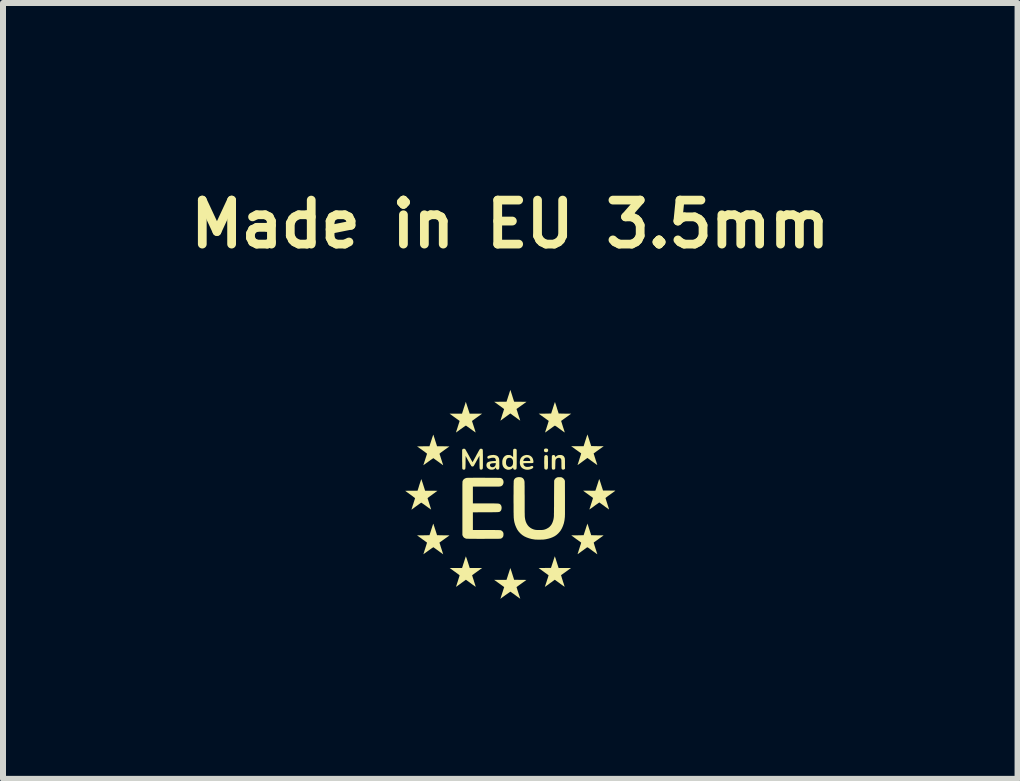
<source format=kicad_pcb>
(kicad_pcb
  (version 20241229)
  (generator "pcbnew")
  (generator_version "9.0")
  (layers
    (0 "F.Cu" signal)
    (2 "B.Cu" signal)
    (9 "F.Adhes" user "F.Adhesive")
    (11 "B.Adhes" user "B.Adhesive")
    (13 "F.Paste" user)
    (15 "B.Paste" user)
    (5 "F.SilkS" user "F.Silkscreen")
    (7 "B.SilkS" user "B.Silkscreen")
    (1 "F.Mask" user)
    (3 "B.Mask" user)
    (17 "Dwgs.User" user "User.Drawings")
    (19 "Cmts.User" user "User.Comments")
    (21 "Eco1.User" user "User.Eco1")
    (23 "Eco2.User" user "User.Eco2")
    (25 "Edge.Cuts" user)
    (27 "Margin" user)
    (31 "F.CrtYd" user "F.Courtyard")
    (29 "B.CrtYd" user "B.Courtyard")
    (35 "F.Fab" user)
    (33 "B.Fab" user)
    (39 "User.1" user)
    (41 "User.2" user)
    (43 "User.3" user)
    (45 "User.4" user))
  (footprint "Made in EU 3.5mm"
    (layer "F.Cu")
    (at 5.451 5.185)
    (property "Reference" "Made in EU 3.5mm" (at 0 -4.5 180) (layer "F.SilkS") (effects (font (size 0.733 0.733) (thickness 0.146))))
    (attr board_only exclude_from_pos_files exclude_from_bom)
    (fp_poly (pts (xy 0.608 -0.762) (xy 0.619 -0.759) (xy 0.626 -0.752) (xy 0.63 -0.742) (xy 0.631 -0.733) (xy 0.629 -0.72) (xy 0.622 -0.71) (xy 0.615 -0.704) (xy 0.606 -0.702) (xy 0.595 -0.701) (xy 0.583 -0.703) (xy 0.576 -0.705) (xy 0.568 -0.711) (xy 0.563 -0.72) (xy 0.561 -0.731) (xy 0.562 -0.742) (xy 0.566 -0.752) (xy 0.569 -0.756) (xy 0.575 -0.759) (xy 0.582 -0.762) (xy 0.592 -0.763)) (stroke (width 0) (type solid)) (fill yes) (layer "F.SilkS"))
    (fp_poly (pts (xy 0.609 -0.652) (xy 0.618 -0.646) (xy 0.624 -0.636) (xy 0.625 -0.63) (xy 0.626 -0.625) (xy 0.626 -0.615) (xy 0.627 -0.601) (xy 0.627 -0.585) (xy 0.627 -0.566) (xy 0.628 -0.546) (xy 0.628 -0.526) (xy 0.628 -0.506) (xy 0.628 -0.487) (xy 0.627 -0.47) (xy 0.627 -0.456) (xy 0.627 -0.445) (xy 0.626 -0.439) (xy 0.622 -0.426) (xy 0.617 -0.419) (xy 0.612 -0.414) (xy 0.606 -0.412) (xy 0.598 -0.412) (xy 0.597 -0.412) (xy 0.586 -0.413) (xy 0.578 -0.417) (xy 0.577 -0.417) (xy 0.572 -0.423) (xy 0.568 -0.431) (xy 0.568 -0.432) (xy 0.567 -0.437) (xy 0.567 -0.447) (xy 0.566 -0.46) (xy 0.566 -0.477) (xy 0.566 -0.495) (xy 0.565 -0.515) (xy 0.565 -0.536) (xy 0.565 -0.556) (xy 0.566 -0.576) (xy 0.566 -0.594) (xy 0.566 -0.609) (xy 0.567 -0.622) (xy 0.567 -0.63) (xy 0.568 -0.634) (xy 0.573 -0.644) (xy 0.582 -0.651) (xy 0.594 -0.654) (xy 0.597 -0.654)) (stroke (width 0) (type solid)) (fill yes) (layer "F.SilkS"))
    (fp_poly (pts (xy 1.286 -0.995) (xy 1.287 -0.995) (xy 1.288 -0.992) (xy 1.29 -0.984) (xy 1.294 -0.973) (xy 1.299 -0.958) (xy 1.304 -0.94) (xy 1.311 -0.921) (xy 1.317 -0.9) (xy 1.318 -0.897) (xy 1.348 -0.804) (xy 1.452 -0.802) (xy 1.556 -0.801) (xy 1.472 -0.741) (xy 1.454 -0.728) (xy 1.437 -0.716) (xy 1.422 -0.705) (xy 1.409 -0.695) (xy 1.399 -0.688) (xy 1.392 -0.683) (xy 1.389 -0.68) (xy 1.389 -0.68) (xy 1.389 -0.677) (xy 1.392 -0.67) (xy 1.395 -0.659) (xy 1.4 -0.645) (xy 1.405 -0.628) (xy 1.411 -0.609) (xy 1.418 -0.588) (xy 1.419 -0.584) (xy 1.426 -0.562) (xy 1.433 -0.543) (xy 1.438 -0.525) (xy 1.443 -0.511) (xy 1.446 -0.499) (xy 1.449 -0.491) (xy 1.45 -0.488) (xy 1.45 -0.488) (xy 1.447 -0.489) (xy 1.441 -0.493) (xy 1.432 -0.499) (xy 1.42 -0.508) (xy 1.406 -0.518) (xy 1.389 -0.53) (xy 1.372 -0.543) (xy 1.367 -0.546) (xy 1.285 -0.606) (xy 1.207 -0.549) (xy 1.186 -0.533) (xy 1.168 -0.52) (xy 1.154 -0.51) (xy 1.143 -0.502) (xy 1.134 -0.496) (xy 1.128 -0.492) (xy 1.124 -0.49) (xy 1.122 -0.489) (xy 1.121 -0.489) (xy 1.121 -0.49) (xy 1.121 -0.491) (xy 1.121 -0.491) (xy 1.13 -0.517) (xy 1.138 -0.542) (xy 1.146 -0.567) (xy 1.153 -0.591) (xy 1.16 -0.612) (xy 1.166 -0.632) (xy 1.172 -0.649) (xy 1.176 -0.664) (xy 1.179 -0.674) (xy 1.18 -0.68) (xy 1.18 -0.682) (xy 1.178 -0.684) (xy 1.172 -0.689) (xy 1.162 -0.696) (xy 1.15 -0.704) (xy 1.135 -0.715) (xy 1.118 -0.727) (xy 1.1 -0.74) (xy 1.097 -0.742) (xy 1.015 -0.801) (xy 1.118 -0.802) (xy 1.222 -0.802) (xy 1.244 -0.872) (xy 1.253 -0.901) (xy 1.261 -0.924) (xy 1.267 -0.944) (xy 1.272 -0.96) (xy 1.277 -0.972) (xy 1.28 -0.982) (xy 1.282 -0.988) (xy 1.284 -0.993) (xy 1.285 -0.995) (xy 1.286 -0.996)) (stroke (width 0) (type solid)) (fill yes) (layer "F.SilkS"))
    (fp_poly (pts (xy 0.003 1.233) (xy 0.006 1.241) (xy 0.009 1.252) (xy 0.014 1.267) (xy 0.02 1.284) (xy 0.026 1.304) (xy 0.033 1.325) (xy 0.034 1.329) (xy 0.064 1.424) (xy 0.167 1.425) (xy 0.269 1.426) (xy 0.193 1.481) (xy 0.175 1.494) (xy 0.158 1.506) (xy 0.143 1.517) (xy 0.13 1.526) (xy 0.12 1.534) (xy 0.113 1.539) (xy 0.11 1.541) (xy 0.104 1.546) (xy 0.134 1.64) (xy 0.141 1.661) (xy 0.147 1.681) (xy 0.153 1.698) (xy 0.158 1.713) (xy 0.162 1.725) (xy 0.164 1.733) (xy 0.166 1.737) (xy 0.166 1.737) (xy 0.166 1.74) (xy 0.164 1.738) (xy 0.16 1.736) (xy 0.153 1.73) (xy 0.143 1.723) (xy 0.13 1.714) (xy 0.116 1.704) (xy 0.101 1.693) (xy 0.085 1.681) (xy 0.069 1.669) (xy 0.054 1.658) (xy 0.039 1.648) (xy 0.026 1.639) (xy 0.016 1.631) (xy 0.008 1.626) (xy 0.004 1.623) (xy 0.004 1.622) (xy 0.001 1.623) (xy -0.005 1.627) (xy -0.014 1.633) (xy -0.026 1.641) (xy -0.04 1.651) (xy -0.056 1.662) (xy -0.072 1.673) (xy -0.089 1.685) (xy -0.105 1.697) (xy -0.121 1.708) (xy -0.136 1.719) (xy -0.149 1.729) (xy -0.159 1.737) (xy -0.161 1.739) (xy -0.164 1.74) (xy -0.164 1.738) (xy -0.164 1.738) (xy -0.163 1.734) (xy -0.16 1.726) (xy -0.156 1.715) (xy -0.152 1.701) (xy -0.147 1.685) (xy -0.141 1.667) (xy -0.135 1.648) (xy -0.129 1.63) (xy -0.123 1.612) (xy -0.118 1.595) (xy -0.113 1.58) (xy -0.109 1.568) (xy -0.107 1.56) (xy -0.105 1.556) (xy -0.102 1.545) (xy -0.185 1.485) (xy -0.269 1.425) (xy -0.166 1.425) (xy -0.063 1.425) (xy -0.044 1.367) (xy -0.038 1.347) (xy -0.031 1.326) (xy -0.024 1.305) (xy -0.018 1.286) (xy -0.013 1.27) (xy -0.012 1.268) (xy -0.008 1.254) (xy -0.004 1.243) (xy -0.001 1.235) (xy 0.001 1.23) (xy 0.002 1.23)) (stroke (width 0) (type solid)) (fill yes) (layer "F.SilkS"))
    (fp_poly (pts (xy -0.719 -1.474) (xy -0.713 -1.455) (xy -0.706 -1.435) (xy -0.7 -1.415) (xy -0.694 -1.398) (xy -0.69 -1.384) (xy -0.687 -1.376) (xy -0.677 -1.344) (xy -0.574 -1.344) (xy -0.47 -1.343) (xy -0.544 -1.29) (xy -0.562 -1.277) (xy -0.579 -1.265) (xy -0.594 -1.254) (xy -0.607 -1.244) (xy -0.618 -1.237) (xy -0.625 -1.231) (xy -0.628 -1.229) (xy -0.638 -1.222) (xy -0.607 -1.126) (xy -0.6 -1.105) (xy -0.594 -1.085) (xy -0.588 -1.068) (xy -0.584 -1.053) (xy -0.58 -1.041) (xy -0.578 -1.033) (xy -0.577 -1.03) (xy -0.577 -1.03) (xy -0.579 -1.031) (xy -0.585 -1.035) (xy -0.594 -1.041) (xy -0.606 -1.05) (xy -0.621 -1.06) (xy -0.637 -1.072) (xy -0.654 -1.085) (xy -0.657 -1.086) (xy -0.674 -1.099) (xy -0.691 -1.112) (xy -0.706 -1.122) (xy -0.719 -1.131) (xy -0.729 -1.139) (xy -0.736 -1.143) (xy -0.739 -1.145) (xy -0.739 -1.145) (xy -0.742 -1.144) (xy -0.748 -1.14) (xy -0.758 -1.134) (xy -0.77 -1.125) (xy -0.785 -1.115) (xy -0.801 -1.103) (xy -0.819 -1.09) (xy -0.823 -1.088) (xy -0.841 -1.075) (xy -0.857 -1.063) (xy -0.872 -1.052) (xy -0.885 -1.043) (xy -0.895 -1.036) (xy -0.901 -1.031) (xy -0.904 -1.029) (xy -0.905 -1.029) (xy -0.904 -1.031) (xy -0.902 -1.038) (xy -0.899 -1.049) (xy -0.895 -1.063) (xy -0.889 -1.08) (xy -0.883 -1.099) (xy -0.876 -1.12) (xy -0.875 -1.125) (xy -0.868 -1.146) (xy -0.862 -1.166) (xy -0.856 -1.183) (xy -0.851 -1.198) (xy -0.848 -1.21) (xy -0.845 -1.218) (xy -0.844 -1.222) (xy -0.844 -1.222) (xy -0.846 -1.224) (xy -0.852 -1.228) (xy -0.861 -1.235) (xy -0.873 -1.244) (xy -0.888 -1.254) (xy -0.904 -1.266) (xy -0.922 -1.279) (xy -0.928 -1.283) (xy -1.011 -1.343) (xy -0.907 -1.344) (xy -0.804 -1.344) (xy -0.779 -1.422) (xy -0.773 -1.442) (xy -0.766 -1.462) (xy -0.76 -1.48) (xy -0.755 -1.496) (xy -0.751 -1.509) (xy -0.748 -1.518) (xy -0.748 -1.52) (xy -0.741 -1.541)) (stroke (width 0) (type solid)) (fill yes) (layer "F.SilkS"))
    (fp_poly (pts (xy -0.739 1.036) (xy -0.737 1.042) (xy -0.733 1.052) (xy -0.728 1.066) (xy -0.722 1.083) (xy -0.716 1.102) (xy -0.709 1.123) (xy -0.707 1.129) (xy -0.676 1.227) (xy -0.573 1.228) (xy -0.47 1.228) (xy -0.553 1.288) (xy -0.571 1.301) (xy -0.588 1.313) (xy -0.603 1.324) (xy -0.616 1.334) (xy -0.626 1.341) (xy -0.632 1.346) (xy -0.635 1.349) (xy -0.636 1.349) (xy -0.635 1.352) (xy -0.633 1.359) (xy -0.629 1.37) (xy -0.625 1.385) (xy -0.619 1.402) (xy -0.613 1.421) (xy -0.606 1.442) (xy -0.606 1.445) (xy -0.599 1.466) (xy -0.593 1.485) (xy -0.587 1.502) (xy -0.583 1.517) (xy -0.579 1.529) (xy -0.577 1.536) (xy -0.576 1.54) (xy -0.576 1.54) (xy -0.579 1.539) (xy -0.584 1.536) (xy -0.592 1.531) (xy -0.599 1.525) (xy -0.607 1.519) (xy -0.619 1.511) (xy -0.633 1.501) (xy -0.649 1.489) (xy -0.665 1.477) (xy -0.68 1.466) (xy -0.739 1.423) (xy -0.811 1.475) (xy -0.828 1.488) (xy -0.845 1.5) (xy -0.86 1.511) (xy -0.873 1.52) (xy -0.883 1.528) (xy -0.89 1.533) (xy -0.893 1.535) (xy -0.9 1.539) (xy -0.903 1.541) (xy -0.903 1.54) (xy -0.903 1.537) (xy -0.901 1.533) (xy -0.899 1.525) (xy -0.895 1.513) (xy -0.89 1.498) (xy -0.885 1.48) (xy -0.878 1.46) (xy -0.872 1.441) (xy -0.866 1.421) (xy -0.86 1.401) (xy -0.854 1.384) (xy -0.85 1.37) (xy -0.847 1.359) (xy -0.845 1.352) (xy -0.845 1.349) (xy -0.847 1.347) (xy -0.853 1.342) (xy -0.863 1.334) (xy -0.875 1.325) (xy -0.889 1.315) (xy -0.906 1.302) (xy -0.924 1.289) (xy -0.928 1.287) (xy -1.009 1.228) (xy -0.906 1.228) (xy -0.803 1.227) (xy -0.798 1.211) (xy -0.792 1.194) (xy -0.787 1.176) (xy -0.781 1.157) (xy -0.774 1.137) (xy -0.768 1.117) (xy -0.762 1.098) (xy -0.756 1.08) (xy -0.751 1.064) (xy -0.746 1.051) (xy -0.743 1.041) (xy -0.741 1.035) (xy -0.74 1.034)) (stroke (width 0) (type solid)) (fill yes) (layer "F.SilkS"))
    (fp_poly (pts (xy 0.291 -0.655) (xy 0.312 -0.651) (xy 0.332 -0.642) (xy 0.349 -0.63) (xy 0.363 -0.615) (xy 0.371 -0.602) (xy 0.378 -0.586) (xy 0.383 -0.567) (xy 0.385 -0.549) (xy 0.386 -0.543) (xy 0.385 -0.537) (xy 0.385 -0.532) (xy 0.384 -0.528) (xy 0.381 -0.525) (xy 0.376 -0.523) (xy 0.369 -0.521) (xy 0.359 -0.52) (xy 0.345 -0.52) (xy 0.328 -0.519) (xy 0.306 -0.519) (xy 0.295 -0.519) (xy 0.273 -0.519) (xy 0.254 -0.519) (xy 0.24 -0.518) (xy 0.23 -0.518) (xy 0.223 -0.517) (xy 0.219 -0.515) (xy 0.217 -0.513) (xy 0.217 -0.51) (xy 0.218 -0.506) (xy 0.219 -0.501) (xy 0.22 -0.499) (xy 0.226 -0.485) (xy 0.234 -0.475) (xy 0.245 -0.466) (xy 0.248 -0.465) (xy 0.255 -0.461) (xy 0.26 -0.459) (xy 0.267 -0.458) (xy 0.275 -0.457) (xy 0.287 -0.457) (xy 0.29 -0.457) (xy 0.304 -0.458) (xy 0.314 -0.458) (xy 0.321 -0.46) (xy 0.329 -0.462) (xy 0.336 -0.465) (xy 0.349 -0.47) (xy 0.359 -0.473) (xy 0.367 -0.473) (xy 0.372 -0.471) (xy 0.376 -0.468) (xy 0.382 -0.46) (xy 0.383 -0.451) (xy 0.38 -0.443) (xy 0.373 -0.435) (xy 0.363 -0.428) (xy 0.35 -0.422) (xy 0.335 -0.417) (xy 0.319 -0.413) (xy 0.301 -0.41) (xy 0.283 -0.409) (xy 0.264 -0.411) (xy 0.251 -0.413) (xy 0.227 -0.421) (xy 0.206 -0.432) (xy 0.188 -0.447) (xy 0.175 -0.465) (xy 0.165 -0.487) (xy 0.16 -0.512) (xy 0.159 -0.533) (xy 0.16 -0.555) (xy 0.216 -0.555) (xy 0.275 -0.555) (xy 0.333 -0.555) (xy 0.333 -0.563) (xy 0.332 -0.571) (xy 0.329 -0.58) (xy 0.327 -0.585) (xy 0.318 -0.599) (xy 0.306 -0.608) (xy 0.291 -0.613) (xy 0.286 -0.614) (xy 0.267 -0.613) (xy 0.251 -0.608) (xy 0.237 -0.599) (xy 0.226 -0.585) (xy 0.219 -0.568) (xy 0.218 -0.563) (xy 0.216 -0.555) (xy 0.16 -0.555) (xy 0.161 -0.56) (xy 0.167 -0.584) (xy 0.177 -0.605) (xy 0.191 -0.622) (xy 0.21 -0.637) (xy 0.223 -0.644) (xy 0.246 -0.652) (xy 0.268 -0.656)) (stroke (width 0) (type solid)) (fill yes) (layer "F.SilkS"))
    (fp_poly (pts (xy 0.742 1.034) (xy 0.744 1.036) (xy 0.745 1.041) (xy 0.747 1.048) (xy 0.751 1.058) (xy 0.755 1.07) (xy 0.76 1.086) (xy 0.766 1.106) (xy 0.774 1.13) (xy 0.783 1.159) (xy 0.785 1.165) (xy 0.805 1.227) (xy 0.908 1.228) (xy 1.011 1.228) (xy 0.93 1.287) (xy 0.912 1.3) (xy 0.895 1.312) (xy 0.88 1.323) (xy 0.867 1.332) (xy 0.857 1.339) (xy 0.85 1.344) (xy 0.847 1.347) (xy 0.846 1.347) (xy 0.847 1.35) (xy 0.848 1.357) (xy 0.852 1.368) (xy 0.856 1.382) (xy 0.861 1.399) (xy 0.867 1.418) (xy 0.874 1.439) (xy 0.875 1.444) (xy 0.882 1.466) (xy 0.889 1.485) (xy 0.894 1.503) (xy 0.899 1.518) (xy 0.902 1.53) (xy 0.905 1.538) (xy 0.906 1.541) (xy 0.906 1.541) (xy 0.904 1.54) (xy 0.898 1.536) (xy 0.888 1.529) (xy 0.876 1.521) (xy 0.862 1.51) (xy 0.845 1.499) (xy 0.828 1.486) (xy 0.823 1.482) (xy 0.742 1.423) (xy 0.728 1.433) (xy 0.711 1.445) (xy 0.693 1.459) (xy 0.674 1.472) (xy 0.656 1.485) (xy 0.639 1.498) (xy 0.623 1.51) (xy 0.608 1.52) (xy 0.596 1.529) (xy 0.586 1.536) (xy 0.58 1.54) (xy 0.577 1.542) (xy 0.577 1.542) (xy 0.576 1.541) (xy 0.577 1.54) (xy 0.578 1.537) (xy 0.58 1.53) (xy 0.583 1.52) (xy 0.588 1.506) (xy 0.593 1.49) (xy 0.599 1.472) (xy 0.605 1.454) (xy 0.611 1.435) (xy 0.617 1.416) (xy 0.623 1.399) (xy 0.628 1.383) (xy 0.632 1.369) (xy 0.635 1.359) (xy 0.637 1.352) (xy 0.638 1.349) (xy 0.638 1.349) (xy 0.636 1.347) (xy 0.63 1.343) (xy 0.621 1.336) (xy 0.609 1.327) (xy 0.595 1.317) (xy 0.578 1.305) (xy 0.56 1.292) (xy 0.555 1.288) (xy 0.472 1.228) (xy 0.575 1.227) (xy 0.678 1.226) (xy 0.71 1.129) (xy 0.717 1.107) (xy 0.723 1.088) (xy 0.729 1.07) (xy 0.734 1.055) (xy 0.738 1.044) (xy 0.74 1.036) (xy 0.742 1.033) (xy 0.742 1.033)) (stroke (width 0) (type solid)) (fill yes) (layer "F.SilkS"))
    (fp_poly (pts (xy 0.003 -1.736) (xy 0.005 -1.728) (xy 0.009 -1.717) (xy 0.013 -1.703) (xy 0.019 -1.685) (xy 0.025 -1.666) (xy 0.032 -1.645) (xy 0.033 -1.64) (xy 0.064 -1.543) (xy 0.167 -1.542) (xy 0.27 -1.541) (xy 0.187 -1.481) (xy 0.169 -1.468) (xy 0.152 -1.456) (xy 0.137 -1.445) (xy 0.124 -1.436) (xy 0.114 -1.429) (xy 0.107 -1.424) (xy 0.104 -1.421) (xy 0.104 -1.421) (xy 0.105 -1.418) (xy 0.107 -1.411) (xy 0.11 -1.401) (xy 0.115 -1.387) (xy 0.12 -1.372) (xy 0.125 -1.354) (xy 0.131 -1.336) (xy 0.137 -1.317) (xy 0.143 -1.298) (xy 0.149 -1.281) (xy 0.154 -1.265) (xy 0.159 -1.251) (xy 0.162 -1.24) (xy 0.164 -1.234) (xy 0.165 -1.232) (xy 0.166 -1.23) (xy 0.166 -1.229) (xy 0.165 -1.229) (xy 0.163 -1.23) (xy 0.159 -1.232) (xy 0.153 -1.236) (xy 0.144 -1.242) (xy 0.133 -1.251) (xy 0.118 -1.261) (xy 0.1 -1.275) (xy 0.089 -1.283) (xy 0.071 -1.296) (xy 0.055 -1.307) (xy 0.04 -1.318) (xy 0.028 -1.327) (xy 0.018 -1.335) (xy 0.011 -1.339) (xy 0.009 -1.341) (xy 0.001 -1.347) (xy -0.069 -1.296) (xy -0.087 -1.283) (xy -0.103 -1.271) (xy -0.119 -1.26) (xy -0.132 -1.25) (xy -0.142 -1.242) (xy -0.15 -1.237) (xy -0.152 -1.235) (xy -0.159 -1.23) (xy -0.163 -1.228) (xy -0.164 -1.229) (xy -0.163 -1.232) (xy -0.163 -1.232) (xy -0.162 -1.236) (xy -0.159 -1.244) (xy -0.155 -1.256) (xy -0.151 -1.27) (xy -0.145 -1.286) (xy -0.14 -1.304) (xy -0.134 -1.323) (xy -0.128 -1.342) (xy -0.122 -1.36) (xy -0.116 -1.377) (xy -0.112 -1.392) (xy -0.108 -1.404) (xy -0.105 -1.413) (xy -0.103 -1.418) (xy -0.103 -1.419) (xy -0.105 -1.421) (xy -0.11 -1.426) (xy -0.119 -1.433) (xy -0.131 -1.442) (xy -0.146 -1.453) (xy -0.162 -1.465) (xy -0.18 -1.478) (xy -0.185 -1.481) (xy -0.268 -1.541) (xy -0.165 -1.542) (xy -0.063 -1.542) (xy -0.044 -1.6) (xy -0.038 -1.62) (xy -0.031 -1.641) (xy -0.024 -1.662) (xy -0.018 -1.681) (xy -0.013 -1.698) (xy -0.012 -1.7) (xy -0.008 -1.713) (xy -0.004 -1.725) (xy -0.001 -1.733) (xy 0.001 -1.738) (xy 0.002 -1.739)) (stroke (width 0) (type solid)) (fill yes) (layer "F.SilkS"))
    (fp_poly (pts (xy 1.286 0.49) (xy 1.288 0.497) (xy 1.292 0.508) (xy 1.297 0.521) (xy 1.302 0.538) (xy 1.308 0.557) (xy 1.315 0.578) (xy 1.317 0.584) (xy 1.348 0.681) (xy 1.452 0.683) (xy 1.556 0.684) (xy 1.475 0.742) (xy 1.456 0.756) (xy 1.439 0.768) (xy 1.424 0.779) (xy 1.411 0.788) (xy 1.401 0.795) (xy 1.394 0.8) (xy 1.391 0.803) (xy 1.39 0.803) (xy 1.391 0.806) (xy 1.392 0.813) (xy 1.395 0.824) (xy 1.4 0.839) (xy 1.405 0.858) (xy 1.412 0.879) (xy 1.419 0.902) (xy 1.426 0.923) (xy 1.433 0.943) (xy 1.438 0.961) (xy 1.443 0.976) (xy 1.447 0.987) (xy 1.449 0.995) (xy 1.45 0.999) (xy 1.45 0.999) (xy 1.448 0.998) (xy 1.442 0.994) (xy 1.433 0.987) (xy 1.421 0.978) (xy 1.407 0.968) (xy 1.39 0.956) (xy 1.372 0.943) (xy 1.368 0.94) (xy 1.347 0.924) (xy 1.33 0.912) (xy 1.316 0.902) (xy 1.306 0.895) (xy 1.298 0.889) (xy 1.291 0.886) (xy 1.287 0.883) (xy 1.284 0.883) (xy 1.282 0.883) (xy 1.281 0.883) (xy 1.277 0.885) (xy 1.27 0.89) (xy 1.26 0.898) (xy 1.247 0.907) (xy 1.232 0.918) (xy 1.216 0.93) (xy 1.199 0.942) (xy 1.181 0.955) (xy 1.165 0.967) (xy 1.151 0.977) (xy 1.139 0.986) (xy 1.13 0.992) (xy 1.124 0.996) (xy 1.121 0.997) (xy 1.122 0.995) (xy 1.124 0.988) (xy 1.127 0.977) (xy 1.132 0.963) (xy 1.137 0.946) (xy 1.143 0.926) (xy 1.15 0.905) (xy 1.151 0.901) (xy 1.158 0.88) (xy 1.164 0.86) (xy 1.17 0.843) (xy 1.175 0.828) (xy 1.178 0.816) (xy 1.18 0.808) (xy 1.181 0.805) (xy 1.181 0.805) (xy 1.179 0.803) (xy 1.173 0.798) (xy 1.165 0.792) (xy 1.154 0.784) (xy 1.15 0.781) (xy 1.138 0.773) (xy 1.124 0.762) (xy 1.107 0.751) (xy 1.09 0.738) (xy 1.073 0.726) (xy 1.067 0.721) (xy 1.015 0.684) (xy 1.119 0.683) (xy 1.222 0.681) (xy 1.253 0.585) (xy 1.26 0.564) (xy 1.266 0.544) (xy 1.272 0.527) (xy 1.277 0.512) (xy 1.281 0.5) (xy 1.283 0.492) (xy 1.285 0.488) (xy 1.285 0.488)) (stroke (width 0) (type solid)) (fill yes) (layer "F.SilkS"))
    (fp_poly (pts (xy -1.282 0.49) (xy -1.281 0.493) (xy -1.278 0.501) (xy -1.275 0.512) (xy -1.27 0.527) (xy -1.264 0.544) (xy -1.258 0.564) (xy -1.251 0.585) (xy -1.25 0.587) (xy -1.22 0.681) (xy -1.116 0.683) (xy -1.012 0.684) (xy -1.096 0.744) (xy -1.114 0.757) (xy -1.131 0.769) (xy -1.146 0.78) (xy -1.159 0.789) (xy -1.169 0.796) (xy -1.176 0.801) (xy -1.179 0.804) (xy -1.18 0.804) (xy -1.179 0.806) (xy -1.177 0.813) (xy -1.174 0.824) (xy -1.169 0.838) (xy -1.164 0.855) (xy -1.158 0.875) (xy -1.151 0.896) (xy -1.149 0.902) (xy -1.142 0.923) (xy -1.136 0.943) (xy -1.13 0.96) (xy -1.126 0.975) (xy -1.122 0.987) (xy -1.119 0.995) (xy -1.118 0.999) (xy -1.118 0.999) (xy -1.12 0.998) (xy -1.126 0.994) (xy -1.135 0.987) (xy -1.147 0.978) (xy -1.162 0.968) (xy -1.178 0.956) (xy -1.196 0.943) (xy -1.198 0.941) (xy -1.216 0.928) (xy -1.233 0.916) (xy -1.248 0.905) (xy -1.261 0.896) (xy -1.271 0.888) (xy -1.278 0.884) (xy -1.281 0.881) (xy -1.281 0.881) (xy -1.284 0.883) (xy -1.29 0.887) (xy -1.3 0.893) (xy -1.312 0.901) (xy -1.327 0.912) (xy -1.344 0.924) (xy -1.362 0.937) (xy -1.366 0.94) (xy -1.384 0.953) (xy -1.401 0.965) (xy -1.416 0.976) (xy -1.429 0.985) (xy -1.439 0.992) (xy -1.445 0.997) (xy -1.448 0.999) (xy -1.448 0.999) (xy -1.448 0.997) (xy -1.445 0.99) (xy -1.442 0.979) (xy -1.437 0.965) (xy -1.432 0.948) (xy -1.426 0.928) (xy -1.419 0.907) (xy -1.417 0.902) (xy -1.411 0.881) (xy -1.404 0.861) (xy -1.399 0.844) (xy -1.394 0.828) (xy -1.391 0.817) (xy -1.388 0.808) (xy -1.387 0.805) (xy -1.388 0.804) (xy -1.39 0.803) (xy -1.396 0.798) (xy -1.405 0.791) (xy -1.418 0.782) (xy -1.432 0.771) (xy -1.449 0.759) (xy -1.467 0.747) (xy -1.471 0.743) (xy -1.554 0.684) (xy -1.45 0.683) (xy -1.346 0.681) (xy -1.325 0.617) (xy -1.319 0.598) (xy -1.313 0.577) (xy -1.306 0.558) (xy -1.301 0.54) (xy -1.296 0.526) (xy -1.294 0.52) (xy -1.29 0.508) (xy -1.287 0.498) (xy -1.284 0.492) (xy -1.282 0.49)) (stroke (width 0) (type solid)) (fill yes) (layer "F.SilkS"))
    (fp_poly (pts (xy 0.746 -1.534) (xy 0.748 -1.526) (xy 0.752 -1.514) (xy 0.757 -1.5) (xy 0.763 -1.482) (xy 0.769 -1.463) (xy 0.776 -1.442) (xy 0.776 -1.439) (xy 0.806 -1.346) (xy 0.91 -1.344) (xy 1.014 -1.343) (xy 0.931 -1.283) (xy 0.913 -1.27) (xy 0.896 -1.258) (xy 0.881 -1.247) (xy 0.868 -1.238) (xy 0.858 -1.23) (xy 0.851 -1.226) (xy 0.847 -1.223) (xy 0.847 -1.223) (xy 0.848 -1.22) (xy 0.85 -1.214) (xy 0.853 -1.203) (xy 0.858 -1.189) (xy 0.863 -1.172) (xy 0.869 -1.152) (xy 0.876 -1.131) (xy 0.877 -1.126) (xy 0.884 -1.105) (xy 0.891 -1.085) (xy 0.896 -1.068) (xy 0.901 -1.053) (xy 0.904 -1.041) (xy 0.907 -1.033) (xy 0.908 -1.03) (xy 0.908 -1.029) (xy 0.905 -1.031) (xy 0.9 -1.035) (xy 0.89 -1.041) (xy 0.878 -1.05) (xy 0.864 -1.06) (xy 0.848 -1.072) (xy 0.83 -1.085) (xy 0.827 -1.087) (xy 0.809 -1.1) (xy 0.793 -1.112) (xy 0.778 -1.123) (xy 0.765 -1.132) (xy 0.754 -1.138) (xy 0.747 -1.143) (xy 0.744 -1.145) (xy 0.744 -1.145) (xy 0.741 -1.143) (xy 0.734 -1.139) (xy 0.725 -1.133) (xy 0.712 -1.124) (xy 0.697 -1.113) (xy 0.681 -1.101) (xy 0.663 -1.088) (xy 0.661 -1.087) (xy 0.643 -1.074) (xy 0.626 -1.062) (xy 0.612 -1.051) (xy 0.599 -1.042) (xy 0.589 -1.035) (xy 0.583 -1.031) (xy 0.58 -1.029) (xy 0.58 -1.029) (xy 0.58 -1.031) (xy 0.581 -1.036) (xy 0.585 -1.047) (xy 0.589 -1.061) (xy 0.594 -1.077) (xy 0.6 -1.094) (xy 0.606 -1.113) (xy 0.612 -1.132) (xy 0.618 -1.151) (xy 0.624 -1.169) (xy 0.629 -1.186) (xy 0.633 -1.2) (xy 0.637 -1.211) (xy 0.639 -1.219) (xy 0.64 -1.223) (xy 0.64 -1.223) (xy 0.638 -1.225) (xy 0.632 -1.229) (xy 0.623 -1.236) (xy 0.611 -1.244) (xy 0.596 -1.255) (xy 0.58 -1.267) (xy 0.562 -1.28) (xy 0.557 -1.283) (xy 0.474 -1.343) (xy 0.577 -1.344) (xy 0.681 -1.346) (xy 0.699 -1.403) (xy 0.706 -1.422) (xy 0.712 -1.443) (xy 0.719 -1.464) (xy 0.725 -1.483) (xy 0.73 -1.499) (xy 0.731 -1.5) (xy 0.735 -1.514) (xy 0.739 -1.525) (xy 0.742 -1.532) (xy 0.744 -1.537) (xy 0.745 -1.537)) (stroke (width 0) (type solid)) (fill yes) (layer "F.SilkS"))
    (fp_poly (pts (xy -1.282 -0.992) (xy -1.279 -0.985) (xy -1.275 -0.974) (xy -1.271 -0.959) (xy -1.265 -0.942) (xy -1.259 -0.923) (xy -1.252 -0.902) (xy -1.251 -0.897) (xy -1.22 -0.801) (xy -1.117 -0.8) (xy -1.014 -0.798) (xy -1.097 -0.739) (xy -1.118 -0.723) (xy -1.135 -0.711) (xy -1.149 -0.701) (xy -1.16 -0.693) (xy -1.168 -0.686) (xy -1.173 -0.682) (xy -1.177 -0.678) (xy -1.178 -0.676) (xy -1.179 -0.674) (xy -1.178 -0.674) (xy -1.177 -0.669) (xy -1.175 -0.661) (xy -1.171 -0.65) (xy -1.166 -0.635) (xy -1.161 -0.619) (xy -1.155 -0.601) (xy -1.149 -0.582) (xy -1.143 -0.563) (xy -1.137 -0.545) (xy -1.132 -0.528) (xy -1.127 -0.514) (xy -1.123 -0.502) (xy -1.121 -0.493) (xy -1.119 -0.488) (xy -1.119 -0.488) (xy -1.119 -0.486) (xy -1.121 -0.486) (xy -1.123 -0.488) (xy -1.13 -0.492) (xy -1.139 -0.499) (xy -1.151 -0.508) (xy -1.164 -0.517) (xy -1.179 -0.528) (xy -1.195 -0.54) (xy -1.211 -0.551) (xy -1.227 -0.563) (xy -1.242 -0.573) (xy -1.255 -0.583) (xy -1.266 -0.591) (xy -1.274 -0.597) (xy -1.279 -0.601) (xy -1.28 -0.602) (xy -1.283 -0.601) (xy -1.289 -0.597) (xy -1.299 -0.591) (xy -1.312 -0.582) (xy -1.327 -0.572) (xy -1.344 -0.559) (xy -1.363 -0.546) (xy -1.365 -0.544) (xy -1.383 -0.531) (xy -1.4 -0.519) (xy -1.415 -0.508) (xy -1.428 -0.499) (xy -1.438 -0.492) (xy -1.444 -0.487) (xy -1.448 -0.485) (xy -1.448 -0.485) (xy -1.448 -0.487) (xy -1.447 -0.489) (xy -1.446 -0.492) (xy -1.444 -0.5) (xy -1.44 -0.511) (xy -1.435 -0.526) (xy -1.43 -0.543) (xy -1.423 -0.562) (xy -1.417 -0.583) (xy -1.41 -0.604) (xy -1.404 -0.623) (xy -1.398 -0.64) (xy -1.394 -0.655) (xy -1.39 -0.666) (xy -1.388 -0.673) (xy -1.387 -0.676) (xy -1.389 -0.678) (xy -1.394 -0.683) (xy -1.403 -0.69) (xy -1.415 -0.699) (xy -1.429 -0.71) (xy -1.446 -0.722) (xy -1.464 -0.735) (xy -1.469 -0.739) (xy -1.553 -0.798) (xy -1.449 -0.8) (xy -1.346 -0.801) (xy -1.334 -0.84) (xy -1.329 -0.855) (xy -1.323 -0.873) (xy -1.317 -0.893) (xy -1.31 -0.914) (xy -1.304 -0.934) (xy -1.303 -0.937) (xy -1.297 -0.954) (xy -1.292 -0.968) (xy -1.288 -0.98) (xy -1.285 -0.989) (xy -1.283 -0.994) (xy -1.283 -0.994)) (stroke (width 0) (type solid)) (fill yes) (layer "F.SilkS"))
    (fp_poly (pts (xy 0.842 -0.655) (xy 0.851 -0.654) (xy 0.858 -0.653) (xy 0.865 -0.65) (xy 0.871 -0.648) (xy 0.884 -0.64) (xy 0.894 -0.63) (xy 0.902 -0.616) (xy 0.905 -0.609) (xy 0.906 -0.605) (xy 0.908 -0.601) (xy 0.909 -0.596) (xy 0.909 -0.59) (xy 0.91 -0.581) (xy 0.91 -0.57) (xy 0.911 -0.556) (xy 0.911 -0.538) (xy 0.911 -0.516) (xy 0.911 -0.511) (xy 0.912 -0.427) (xy 0.904 -0.419) (xy 0.895 -0.413) (xy 0.883 -0.411) (xy 0.871 -0.412) (xy 0.863 -0.416) (xy 0.86 -0.419) (xy 0.857 -0.422) (xy 0.855 -0.427) (xy 0.854 -0.434) (xy 0.853 -0.444) (xy 0.852 -0.457) (xy 0.852 -0.473) (xy 0.852 -0.494) (xy 0.852 -0.503) (xy 0.852 -0.524) (xy 0.851 -0.543) (xy 0.851 -0.559) (xy 0.85 -0.571) (xy 0.849 -0.578) (xy 0.849 -0.58) (xy 0.843 -0.592) (xy 0.834 -0.602) (xy 0.822 -0.607) (xy 0.817 -0.608) (xy 0.803 -0.608) (xy 0.788 -0.605) (xy 0.774 -0.598) (xy 0.769 -0.593) (xy 0.764 -0.589) (xy 0.76 -0.584) (xy 0.757 -0.579) (xy 0.755 -0.573) (xy 0.753 -0.565) (xy 0.752 -0.554) (xy 0.751 -0.541) (xy 0.751 -0.524) (xy 0.75 -0.502) (xy 0.75 -0.496) (xy 0.75 -0.475) (xy 0.749 -0.458) (xy 0.749 -0.445) (xy 0.749 -0.436) (xy 0.748 -0.43) (xy 0.747 -0.425) (xy 0.746 -0.422) (xy 0.744 -0.42) (xy 0.743 -0.419) (xy 0.735 -0.414) (xy 0.723 -0.411) (xy 0.712 -0.412) (xy 0.707 -0.413) (xy 0.703 -0.414) (xy 0.699 -0.417) (xy 0.696 -0.42) (xy 0.694 -0.425) (xy 0.693 -0.432) (xy 0.692 -0.442) (xy 0.691 -0.455) (xy 0.691 -0.472) (xy 0.691 -0.492) (xy 0.691 -0.517) (xy 0.691 -0.537) (xy 0.691 -0.563) (xy 0.691 -0.584) (xy 0.692 -0.601) (xy 0.692 -0.615) (xy 0.692 -0.625) (xy 0.693 -0.632) (xy 0.693 -0.638) (xy 0.694 -0.641) (xy 0.695 -0.644) (xy 0.696 -0.645) (xy 0.697 -0.646) (xy 0.705 -0.652) (xy 0.716 -0.655) (xy 0.726 -0.655) (xy 0.737 -0.651) (xy 0.744 -0.643) (xy 0.749 -0.631) (xy 0.749 -0.63) (xy 0.751 -0.618) (xy 0.761 -0.629) (xy 0.77 -0.637) (xy 0.782 -0.645) (xy 0.787 -0.648) (xy 0.796 -0.651) (xy 0.803 -0.653) (xy 0.811 -0.655) (xy 0.822 -0.655) (xy 0.83 -0.655)) (stroke (width 0) (type solid)) (fill yes) (layer "F.SilkS"))
    (fp_poly (pts (xy 0.086 -0.758) (xy 0.096 -0.754) (xy 0.1 -0.75) (xy 0.107 -0.742) (xy 0.107 -0.587) (xy 0.107 -0.554) (xy 0.107 -0.525) (xy 0.107 -0.501) (xy 0.106 -0.481) (xy 0.106 -0.464) (xy 0.106 -0.451) (xy 0.105 -0.44) (xy 0.104 -0.432) (xy 0.103 -0.426) (xy 0.102 -0.422) (xy 0.1 -0.419) (xy 0.098 -0.417) (xy 0.096 -0.415) (xy 0.094 -0.414) (xy 0.086 -0.412) (xy 0.076 -0.411) (xy 0.066 -0.412) (xy 0.06 -0.414) (xy 0.054 -0.419) (xy 0.05 -0.428) (xy 0.047 -0.438) (xy 0.047 -0.442) (xy 0.047 -0.449) (xy 0.039 -0.439) (xy 0.025 -0.426) (xy 0.008 -0.417) (xy -0.012 -0.411) (xy -0.032 -0.409) (xy -0.053 -0.411) (xy -0.057 -0.413) (xy -0.077 -0.421) (xy -0.095 -0.433) (xy -0.11 -0.449) (xy -0.122 -0.469) (xy -0.13 -0.492) (xy -0.13 -0.494) (xy -0.132 -0.505) (xy -0.133 -0.519) (xy -0.133 -0.533) (xy -0.072 -0.533) (xy -0.071 -0.519) (xy -0.071 -0.509) (xy -0.069 -0.502) (xy -0.067 -0.495) (xy -0.066 -0.491) (xy -0.056 -0.476) (xy -0.045 -0.465) (xy -0.031 -0.458) (xy -0.014 -0.456) (xy -0.013 -0.456) (xy -0.001 -0.457) (xy 0.01 -0.46) (xy 0.012 -0.461) (xy 0.025 -0.47) (xy 0.036 -0.483) (xy 0.043 -0.5) (xy 0.046 -0.521) (xy 0.046 -0.525) (xy 0.046 -0.549) (xy 0.042 -0.569) (xy 0.034 -0.585) (xy 0.023 -0.597) (xy 0.013 -0.604) (xy -0.001 -0.608) (xy -0.017 -0.609) (xy -0.032 -0.607) (xy -0.046 -0.601) (xy -0.054 -0.594) (xy -0.062 -0.583) (xy -0.067 -0.571) (xy -0.07 -0.556) (xy -0.072 -0.537) (xy -0.072 -0.533) (xy -0.133 -0.533) (xy -0.133 -0.535) (xy -0.133 -0.551) (xy -0.131 -0.565) (xy -0.13 -0.572) (xy -0.122 -0.595) (xy -0.11 -0.616) (xy -0.096 -0.632) (xy -0.078 -0.645) (xy -0.072 -0.648) (xy -0.064 -0.651) (xy -0.057 -0.653) (xy -0.049 -0.655) (xy -0.038 -0.655) (xy -0.03 -0.655) (xy -0.017 -0.655) (xy -0.008 -0.654) (xy -0.001 -0.653) (xy 0.005 -0.65) (xy 0.011 -0.647) (xy 0.021 -0.641) (xy 0.031 -0.633) (xy 0.037 -0.628) (xy 0.047 -0.617) (xy 0.047 -0.678) (xy 0.047 -0.702) (xy 0.047 -0.72) (xy 0.048 -0.734) (xy 0.049 -0.743) (xy 0.05 -0.746) (xy 0.056 -0.754) (xy 0.065 -0.758) (xy 0.076 -0.76)) (stroke (width 0) (type solid)) (fill yes) (layer "F.SilkS"))
    (fp_poly (pts (xy -0.275 -0.656) (xy -0.25 -0.652) (xy -0.23 -0.646) (xy -0.213 -0.636) (xy -0.2 -0.622) (xy -0.191 -0.604) (xy -0.19 -0.603) (xy -0.188 -0.598) (xy -0.187 -0.593) (xy -0.186 -0.587) (xy -0.185 -0.58) (xy -0.184 -0.571) (xy -0.184 -0.558) (xy -0.183 -0.542) (xy -0.183 -0.522) (xy -0.183 -0.52) (xy -0.183 -0.494) (xy -0.182 -0.473) (xy -0.183 -0.456) (xy -0.184 -0.442) (xy -0.185 -0.432) (xy -0.187 -0.424) (xy -0.19 -0.419) (xy -0.194 -0.416) (xy -0.198 -0.413) (xy -0.203 -0.412) (xy -0.216 -0.411) (xy -0.227 -0.415) (xy -0.234 -0.423) (xy -0.239 -0.435) (xy -0.24 -0.439) (xy -0.241 -0.449) (xy -0.247 -0.44) (xy -0.257 -0.428) (xy -0.271 -0.418) (xy -0.288 -0.412) (xy -0.307 -0.41) (xy -0.328 -0.411) (xy -0.331 -0.412) (xy -0.347 -0.416) (xy -0.362 -0.424) (xy -0.376 -0.435) (xy -0.377 -0.436) (xy -0.385 -0.445) (xy -0.391 -0.454) (xy -0.394 -0.464) (xy -0.395 -0.465) (xy -0.398 -0.483) (xy -0.397 -0.487) (xy -0.338 -0.487) (xy -0.337 -0.477) (xy -0.335 -0.473) (xy -0.327 -0.461) (xy -0.315 -0.454) (xy -0.301 -0.451) (xy -0.285 -0.452) (xy -0.281 -0.453) (xy -0.267 -0.46) (xy -0.256 -0.47) (xy -0.247 -0.484) (xy -0.243 -0.5) (xy -0.242 -0.505) (xy -0.241 -0.52) (xy -0.271 -0.519) (xy -0.293 -0.518) (xy -0.311 -0.515) (xy -0.324 -0.511) (xy -0.332 -0.506) (xy -0.332 -0.506) (xy -0.336 -0.498) (xy -0.338 -0.487) (xy -0.397 -0.487) (xy -0.396 -0.501) (xy -0.391 -0.516) (xy -0.386 -0.524) (xy -0.38 -0.53) (xy -0.371 -0.536) (xy -0.362 -0.54) (xy -0.351 -0.544) (xy -0.339 -0.548) (xy -0.325 -0.55) (xy -0.308 -0.552) (xy -0.286 -0.554) (xy -0.277 -0.554) (xy -0.239 -0.556) (xy -0.241 -0.57) (xy -0.244 -0.585) (xy -0.249 -0.595) (xy -0.256 -0.603) (xy -0.259 -0.605) (xy -0.267 -0.608) (xy -0.279 -0.609) (xy -0.294 -0.609) (xy -0.309 -0.608) (xy -0.324 -0.605) (xy -0.338 -0.601) (xy -0.34 -0.601) (xy -0.353 -0.596) (xy -0.363 -0.594) (xy -0.37 -0.595) (xy -0.375 -0.598) (xy -0.378 -0.601) (xy -0.382 -0.61) (xy -0.382 -0.62) (xy -0.378 -0.63) (xy -0.374 -0.635) (xy -0.364 -0.64) (xy -0.35 -0.646) (xy -0.334 -0.65) (xy -0.316 -0.653) (xy -0.297 -0.655) (xy -0.28 -0.656)) (stroke (width 0) (type solid)) (fill yes) (layer "F.SilkS"))
    (fp_poly (pts (xy -1.482 -0.251) (xy -1.479 -0.245) (xy -1.475 -0.234) (xy -1.471 -0.22) (xy -1.465 -0.204) (xy -1.459 -0.185) (xy -1.452 -0.164) (xy -1.45 -0.157) (xy -1.419 -0.06) (xy -1.316 -0.06) (xy -1.289 -0.06) (xy -1.265 -0.06) (xy -1.246 -0.059) (xy -1.231 -0.059) (xy -1.221 -0.058) (xy -1.216 -0.058) (xy -1.215 -0.057) (xy -1.218 -0.055) (xy -1.224 -0.051) (xy -1.233 -0.044) (xy -1.246 -0.035) (xy -1.26 -0.024) (xy -1.277 -0.012) (xy -1.295 0.001) (xy -1.297 0.003) (xy -1.315 0.016) (xy -1.332 0.028) (xy -1.347 0.039) (xy -1.359 0.048) (xy -1.369 0.056) (xy -1.375 0.061) (xy -1.378 0.063) (xy -1.378 0.063) (xy -1.377 0.066) (xy -1.375 0.074) (xy -1.372 0.085) (xy -1.367 0.099) (xy -1.362 0.116) (xy -1.355 0.136) (xy -1.349 0.157) (xy -1.348 0.159) (xy -1.341 0.181) (xy -1.335 0.2) (xy -1.33 0.217) (xy -1.325 0.232) (xy -1.322 0.243) (xy -1.319 0.251) (xy -1.319 0.254) (xy -1.319 0.254) (xy -1.321 0.253) (xy -1.327 0.249) (xy -1.336 0.242) (xy -1.348 0.234) (xy -1.363 0.224) (xy -1.379 0.212) (xy -1.397 0.199) (xy -1.4 0.196) (xy -1.42 0.182) (xy -1.438 0.169) (xy -1.454 0.158) (xy -1.466 0.15) (xy -1.476 0.143) (xy -1.482 0.14) (xy -1.484 0.139) (xy -1.487 0.141) (xy -1.494 0.146) (xy -1.503 0.152) (xy -1.516 0.161) (xy -1.531 0.172) (xy -1.547 0.184) (xy -1.564 0.196) (xy -1.585 0.211) (xy -1.602 0.224) (xy -1.615 0.234) (xy -1.626 0.241) (xy -1.633 0.247) (xy -1.639 0.251) (xy -1.643 0.253) (xy -1.645 0.254) (xy -1.646 0.255) (xy -1.646 0.254) (xy -1.646 0.254) (xy -1.646 0.251) (xy -1.643 0.244) (xy -1.64 0.233) (xy -1.635 0.219) (xy -1.63 0.202) (xy -1.624 0.182) (xy -1.617 0.162) (xy -1.616 0.16) (xy -1.61 0.139) (xy -1.603 0.119) (xy -1.598 0.102) (xy -1.593 0.087) (xy -1.59 0.075) (xy -1.587 0.067) (xy -1.586 0.064) (xy -1.586 0.064) (xy -1.589 0.062) (xy -1.594 0.057) (xy -1.604 0.05) (xy -1.616 0.041) (xy -1.63 0.03) (xy -1.646 0.018) (xy -1.664 0.005) (xy -1.667 0.003) (xy -1.685 -0.01) (xy -1.702 -0.023) (xy -1.717 -0.033) (xy -1.73 -0.043) (xy -1.74 -0.05) (xy -1.746 -0.055) (xy -1.749 -0.058) (xy -1.75 -0.058) (xy -1.747 -0.058) (xy -1.74 -0.059) (xy -1.729 -0.059) (xy -1.715 -0.059) (xy -1.697 -0.06) (xy -1.677 -0.06) (xy -1.654 -0.06) (xy -1.648 -0.06) (xy -1.545 -0.06) (xy -1.54 -0.076) (xy -1.534 -0.094) (xy -1.528 -0.113) (xy -1.522 -0.133) (xy -1.516 -0.154) (xy -1.509 -0.174) (xy -1.503 -0.193) (xy -1.497 -0.21) (xy -1.492 -0.226) (xy -1.488 -0.238) (xy -1.485 -0.247) (xy -1.483 -0.252) (xy -1.483 -0.253)) (stroke (width 0) (type solid)) (fill yes) (layer "F.SilkS"))
    (fp_poly (pts (xy -0.474 -0.758) (xy -0.466 -0.754) (xy -0.461 -0.746) (xy -0.459 -0.74) (xy -0.458 -0.736) (xy -0.458 -0.727) (xy -0.457 -0.714) (xy -0.457 -0.698) (xy -0.457 -0.679) (xy -0.456 -0.657) (xy -0.456 -0.634) (xy -0.456 -0.61) (xy -0.456 -0.585) (xy -0.456 -0.56) (xy -0.456 -0.536) (xy -0.456 -0.513) (xy -0.456 -0.492) (xy -0.456 -0.473) (xy -0.457 -0.458) (xy -0.457 -0.445) (xy -0.457 -0.437) (xy -0.457 -0.435) (xy -0.462 -0.423) (xy -0.469 -0.415) (xy -0.48 -0.411) (xy -0.492 -0.412) (xy -0.494 -0.412) (xy -0.498 -0.413) (xy -0.502 -0.415) (xy -0.505 -0.417) (xy -0.507 -0.42) (xy -0.509 -0.425) (xy -0.51 -0.432) (xy -0.511 -0.442) (xy -0.512 -0.454) (xy -0.512 -0.47) (xy -0.513 -0.49) (xy -0.513 -0.515) (xy -0.513 -0.536) (xy -0.514 -0.643) (xy -0.552 -0.574) (xy -0.566 -0.549) (xy -0.577 -0.528) (xy -0.587 -0.511) (xy -0.594 -0.498) (xy -0.6 -0.487) (xy -0.605 -0.479) (xy -0.609 -0.474) (xy -0.612 -0.47) (xy -0.615 -0.467) (xy -0.617 -0.466) (xy -0.619 -0.465) (xy -0.621 -0.464) (xy -0.633 -0.463) (xy -0.643 -0.466) (xy -0.648 -0.47) (xy -0.651 -0.473) (xy -0.655 -0.481) (xy -0.662 -0.492) (xy -0.67 -0.506) (xy -0.679 -0.522) (xy -0.689 -0.54) (xy -0.699 -0.557) (xy -0.744 -0.639) (xy -0.745 -0.534) (xy -0.745 -0.506) (xy -0.746 -0.483) (xy -0.746 -0.464) (xy -0.747 -0.449) (xy -0.748 -0.437) (xy -0.749 -0.429) (xy -0.751 -0.422) (xy -0.753 -0.418) (xy -0.756 -0.415) (xy -0.76 -0.413) (xy -0.765 -0.412) (xy -0.77 -0.41) (xy -0.771 -0.41) (xy -0.776 -0.41) (xy -0.783 -0.412) (xy -0.791 -0.415) (xy -0.796 -0.42) (xy -0.797 -0.421) (xy -0.798 -0.423) (xy -0.799 -0.425) (xy -0.799 -0.429) (xy -0.8 -0.435) (xy -0.8 -0.442) (xy -0.801 -0.452) (xy -0.801 -0.465) (xy -0.801 -0.481) (xy -0.801 -0.501) (xy -0.801 -0.525) (xy -0.802 -0.553) (xy -0.802 -0.584) (xy -0.802 -0.742) (xy -0.795 -0.751) (xy -0.79 -0.756) (xy -0.785 -0.758) (xy -0.778 -0.759) (xy -0.773 -0.759) (xy -0.764 -0.759) (xy -0.758 -0.757) (xy -0.753 -0.754) (xy -0.751 -0.752) (xy -0.748 -0.748) (xy -0.743 -0.74) (xy -0.736 -0.728) (xy -0.728 -0.713) (xy -0.718 -0.696) (xy -0.707 -0.677) (xy -0.696 -0.656) (xy -0.686 -0.639) (xy -0.675 -0.617) (xy -0.664 -0.598) (xy -0.654 -0.58) (xy -0.645 -0.564) (xy -0.638 -0.552) (xy -0.633 -0.542) (xy -0.629 -0.537) (xy -0.628 -0.535) (xy -0.627 -0.538) (xy -0.623 -0.545) (xy -0.617 -0.555) (xy -0.61 -0.569) (xy -0.601 -0.585) (xy -0.591 -0.603) (xy -0.58 -0.623) (xy -0.571 -0.639) (xy -0.56 -0.661) (xy -0.548 -0.681) (xy -0.538 -0.7) (xy -0.529 -0.716) (xy -0.521 -0.73) (xy -0.514 -0.741) (xy -0.51 -0.748) (xy -0.509 -0.75) (xy -0.504 -0.756) (xy -0.499 -0.758) (xy -0.493 -0.759) (xy -0.486 -0.759)) (stroke (width 0) (type solid)) (fill yes) (layer "F.SilkS"))
    (fp_poly (pts (xy 1.483 -0.253) (xy 1.486 -0.246) (xy 1.489 -0.236) (xy 1.494 -0.224) (xy 1.498 -0.209) (xy 1.498 -0.209) (xy 1.504 -0.191) (xy 1.511 -0.169) (xy 1.518 -0.147) (xy 1.525 -0.125) (xy 1.529 -0.113) (xy 1.545 -0.063) (xy 1.648 -0.063) (xy 1.67 -0.062) (xy 1.691 -0.062) (xy 1.71 -0.062) (xy 1.726 -0.062) (xy 1.738 -0.062) (xy 1.746 -0.061) (xy 1.75 -0.061) (xy 1.75 -0.061) (xy 1.748 -0.059) (xy 1.743 -0.054) (xy 1.733 -0.047) (xy 1.721 -0.038) (xy 1.707 -0.028) (xy 1.69 -0.016) (xy 1.672 -0.003) (xy 1.668 -0.000038) (xy 1.65 0.013) (xy 1.633 0.025) (xy 1.618 0.036) (xy 1.606 0.046) (xy 1.596 0.053) (xy 1.589 0.059) (xy 1.587 0.062) (xy 1.586 0.062) (xy 1.587 0.065) (xy 1.589 0.072) (xy 1.593 0.084) (xy 1.597 0.098) (xy 1.603 0.116) (xy 1.609 0.135) (xy 1.616 0.156) (xy 1.616 0.158) (xy 1.623 0.179) (xy 1.629 0.198) (xy 1.635 0.215) (xy 1.639 0.23) (xy 1.643 0.241) (xy 1.645 0.249) (xy 1.645 0.252) (xy 1.645 0.252) (xy 1.643 0.251) (xy 1.637 0.247) (xy 1.628 0.24) (xy 1.616 0.232) (xy 1.601 0.221) (xy 1.585 0.21) (xy 1.568 0.197) (xy 1.566 0.195) (xy 1.548 0.182) (xy 1.531 0.17) (xy 1.516 0.159) (xy 1.504 0.15) (xy 1.494 0.143) (xy 1.487 0.138) (xy 1.484 0.136) (xy 1.484 0.136) (xy 1.481 0.138) (xy 1.474 0.142) (xy 1.465 0.148) (xy 1.453 0.157) (xy 1.438 0.167) (xy 1.422 0.178) (xy 1.406 0.19) (xy 1.385 0.206) (xy 1.367 0.219) (xy 1.353 0.229) (xy 1.341 0.237) (xy 1.333 0.243) (xy 1.327 0.247) (xy 1.323 0.25) (xy 1.32 0.252) (xy 1.319 0.252) (xy 1.318 0.252) (xy 1.318 0.251) (xy 1.319 0.249) (xy 1.321 0.241) (xy 1.325 0.23) (xy 1.329 0.216) (xy 1.335 0.199) (xy 1.341 0.18) (xy 1.347 0.159) (xy 1.348 0.157) (xy 1.355 0.136) (xy 1.361 0.116) (xy 1.367 0.099) (xy 1.371 0.084) (xy 1.375 0.072) (xy 1.377 0.065) (xy 1.378 0.061) (xy 1.378 0.061) (xy 1.376 0.059) (xy 1.37 0.054) (xy 1.361 0.047) (xy 1.349 0.038) (xy 1.334 0.028) (xy 1.318 0.016) (xy 1.3 0.003) (xy 1.296 0) (xy 1.278 -0.013) (xy 1.261 -0.025) (xy 1.246 -0.036) (xy 1.234 -0.045) (xy 1.224 -0.053) (xy 1.217 -0.058) (xy 1.214 -0.06) (xy 1.214 -0.06) (xy 1.217 -0.061) (xy 1.224 -0.061) (xy 1.235 -0.061) (xy 1.25 -0.061) (xy 1.267 -0.061) (xy 1.288 -0.061) (xy 1.31 -0.061) (xy 1.315 -0.061) (xy 1.341 -0.06) (xy 1.362 -0.06) (xy 1.379 -0.06) (xy 1.391 -0.06) (xy 1.401 -0.06) (xy 1.408 -0.06) (xy 1.413 -0.061) (xy 1.416 -0.061) (xy 1.418 -0.062) (xy 1.419 -0.064) (xy 1.419 -0.064) (xy 1.42 -0.068) (xy 1.423 -0.076) (xy 1.427 -0.087) (xy 1.432 -0.102) (xy 1.437 -0.12) (xy 1.444 -0.139) (xy 1.451 -0.161) (xy 1.451 -0.162) (xy 1.458 -0.183) (xy 1.464 -0.202) (xy 1.47 -0.22) (xy 1.474 -0.234) (xy 1.478 -0.245) (xy 1.481 -0.252) (xy 1.482 -0.255) (xy 1.482 -0.255)) (stroke (width 0) (type solid)) (fill yes) (layer "F.SilkS"))
    (fp_poly (pts (xy 0.168 -0.285) (xy 0.179 -0.283) (xy 0.187 -0.281) (xy 0.194 -0.278) (xy 0.21 -0.268) (xy 0.222 -0.254) (xy 0.231 -0.237) (xy 0.236 -0.217) (xy 0.237 -0.211) (xy 0.237 -0.205) (xy 0.238 -0.195) (xy 0.238 -0.18) (xy 0.238 -0.161) (xy 0.239 -0.138) (xy 0.239 -0.111) (xy 0.239 -0.081) (xy 0.239 -0.049) (xy 0.239 -0.013) (xy 0.24 0.025) (xy 0.24 0.064) (xy 0.24 0.085) (xy 0.24 0.138) (xy 0.24 0.186) (xy 0.24 0.229) (xy 0.24 0.267) (xy 0.24 0.3) (xy 0.241 0.327) (xy 0.241 0.35) (xy 0.242 0.367) (xy 0.242 0.378) (xy 0.243 0.384) (xy 0.249 0.422) (xy 0.259 0.457) (xy 0.273 0.488) (xy 0.29 0.515) (xy 0.311 0.539) (xy 0.335 0.558) (xy 0.362 0.574) (xy 0.373 0.578) (xy 0.387 0.584) (xy 0.401 0.588) (xy 0.414 0.591) (xy 0.427 0.593) (xy 0.443 0.594) (xy 0.462 0.595) (xy 0.485 0.595) (xy 0.509 0.595) (xy 0.53 0.594) (xy 0.548 0.592) (xy 0.564 0.589) (xy 0.579 0.584) (xy 0.594 0.579) (xy 0.608 0.572) (xy 0.633 0.558) (xy 0.653 0.543) (xy 0.67 0.524) (xy 0.675 0.519) (xy 0.69 0.497) (xy 0.702 0.472) (xy 0.712 0.445) (xy 0.72 0.415) (xy 0.722 0.402) (xy 0.723 0.397) (xy 0.724 0.392) (xy 0.724 0.387) (xy 0.725 0.382) (xy 0.726 0.376) (xy 0.726 0.368) (xy 0.727 0.359) (xy 0.727 0.349) (xy 0.727 0.336) (xy 0.727 0.321) (xy 0.728 0.303) (xy 0.728 0.283) (xy 0.728 0.258) (xy 0.728 0.231) (xy 0.729 0.199) (xy 0.729 0.163) (xy 0.729 0.123) (xy 0.729 0.078) (xy 0.729 0.072) (xy 0.731 -0.228) (xy 0.737 -0.242) (xy 0.746 -0.257) (xy 0.76 -0.27) (xy 0.776 -0.28) (xy 0.782 -0.282) (xy 0.789 -0.284) (xy 0.797 -0.285) (xy 0.808 -0.285) (xy 0.819 -0.285) (xy 0.833 -0.285) (xy 0.844 -0.285) (xy 0.851 -0.284) (xy 0.857 -0.282) (xy 0.864 -0.279) (xy 0.879 -0.269) (xy 0.893 -0.256) (xy 0.903 -0.241) (xy 0.905 -0.237) (xy 0.91 -0.223) (xy 0.911 0.061) (xy 0.911 0.115) (xy 0.911 0.164) (xy 0.911 0.208) (xy 0.911 0.246) (xy 0.911 0.28) (xy 0.911 0.309) (xy 0.911 0.334) (xy 0.91 0.353) (xy 0.91 0.369) (xy 0.909 0.379) (xy 0.909 0.382) (xy 0.903 0.433) (xy 0.893 0.481) (xy 0.878 0.526) (xy 0.86 0.567) (xy 0.839 0.603) (xy 0.829 0.617) (xy 0.816 0.632) (xy 0.802 0.648) (xy 0.786 0.663) (xy 0.772 0.675) (xy 0.766 0.68) (xy 0.739 0.698) (xy 0.707 0.714) (xy 0.672 0.728) (xy 0.634 0.739) (xy 0.594 0.748) (xy 0.56 0.753) (xy 0.547 0.754) (xy 0.531 0.754) (xy 0.513 0.755) (xy 0.492 0.755) (xy 0.472 0.755) (xy 0.451 0.755) (xy 0.433 0.754) (xy 0.418 0.754) (xy 0.408 0.753) (xy 0.358 0.745) (xy 0.313 0.733) (xy 0.271 0.718) (xy 0.233 0.7) (xy 0.199 0.678) (xy 0.169 0.652) (xy 0.142 0.623) (xy 0.118 0.59) (xy 0.099 0.553) (xy 0.082 0.512) (xy 0.081 0.509) (xy 0.075 0.488) (xy 0.069 0.468) (xy 0.065 0.447) (xy 0.061 0.423) (xy 0.059 0.402) (xy 0.058 0.395) (xy 0.057 0.382) (xy 0.057 0.365) (xy 0.056 0.345) (xy 0.056 0.321) (xy 0.055 0.295) (xy 0.055 0.265) (xy 0.055 0.234) (xy 0.055 0.201) (xy 0.055 0.167) (xy 0.054 0.131) (xy 0.054 0.096) (xy 0.054 0.06) (xy 0.054 0.024) (xy 0.055 -0.01) (xy 0.055 -0.044) (xy 0.055 -0.076) (xy 0.055 -0.106) (xy 0.055 -0.134) (xy 0.056 -0.159) (xy 0.056 -0.181) (xy 0.057 -0.199) (xy 0.057 -0.214) (xy 0.058 -0.224) (xy 0.058 -0.229) (xy 0.058 -0.229) (xy 0.066 -0.248) (xy 0.077 -0.263) (xy 0.091 -0.274) (xy 0.11 -0.282) (xy 0.132 -0.286) (xy 0.155 -0.286)) (stroke (width 0) (type solid)) (fill yes) (layer "F.SilkS"))
    (fp_poly (pts (xy -0.483 -0.276) (xy -0.435 -0.276) (xy -0.391 -0.275) (xy -0.353 -0.275) (xy -0.319 -0.275) (xy -0.289 -0.275) (xy -0.263 -0.275) (xy -0.241 -0.275) (xy -0.222 -0.275) (xy -0.206 -0.274) (xy -0.194 -0.274) (xy -0.183 -0.274) (xy -0.175 -0.274) (xy -0.168 -0.273) (xy -0.163 -0.273) (xy -0.159 -0.272) (xy -0.156 -0.271) (xy -0.154 -0.271) (xy -0.152 -0.27) (xy -0.151 -0.269) (xy -0.137 -0.26) (xy -0.125 -0.247) (xy -0.117 -0.232) (xy -0.113 -0.215) (xy -0.112 -0.197) (xy -0.116 -0.179) (xy -0.123 -0.162) (xy -0.128 -0.154) (xy -0.138 -0.144) (xy -0.15 -0.136) (xy -0.167 -0.131) (xy -0.172 -0.13) (xy -0.178 -0.13) (xy -0.189 -0.129) (xy -0.205 -0.129) (xy -0.225 -0.129) (xy -0.25 -0.128) (xy -0.28 -0.128) (xy -0.313 -0.128) (xy -0.35 -0.128) (xy -0.391 -0.128) (xy -0.406 -0.128) (xy -0.623 -0.128) (xy -0.623 0.012) (xy -0.623 0.151) (xy -0.417 0.151) (xy -0.378 0.151) (xy -0.343 0.151) (xy -0.313 0.151) (xy -0.286 0.151) (xy -0.264 0.152) (xy -0.245 0.152) (xy -0.229 0.153) (xy -0.216 0.153) (xy -0.206 0.154) (xy -0.197 0.155) (xy -0.19 0.156) (xy -0.185 0.157) (xy -0.18 0.159) (xy -0.177 0.161) (xy -0.173 0.163) (xy -0.171 0.164) (xy -0.16 0.175) (xy -0.151 0.189) (xy -0.146 0.207) (xy -0.144 0.225) (xy -0.146 0.242) (xy -0.149 0.256) (xy -0.153 0.266) (xy -0.158 0.274) (xy -0.165 0.281) (xy -0.168 0.284) (xy -0.171 0.286) (xy -0.173 0.289) (xy -0.177 0.291) (xy -0.181 0.292) (xy -0.186 0.294) (xy -0.193 0.295) (xy -0.201 0.296) (xy -0.212 0.297) (xy -0.225 0.297) (xy -0.241 0.298) (xy -0.26 0.298) (xy -0.282 0.298) (xy -0.309 0.299) (xy -0.339 0.299) (xy -0.374 0.299) (xy -0.41 0.299) (xy -0.623 0.3) (xy -0.623 0.447) (xy -0.623 0.594) (xy -0.395 0.595) (xy -0.353 0.595) (xy -0.316 0.595) (xy -0.283 0.595) (xy -0.255 0.595) (xy -0.231 0.596) (xy -0.211 0.596) (xy -0.195 0.596) (xy -0.182 0.597) (xy -0.172 0.597) (xy -0.165 0.598) (xy -0.16 0.598) (xy -0.158 0.599) (xy -0.144 0.606) (xy -0.131 0.617) (xy -0.121 0.63) (xy -0.12 0.632) (xy -0.117 0.639) (xy -0.114 0.647) (xy -0.114 0.656) (xy -0.113 0.667) (xy -0.114 0.679) (xy -0.115 0.69) (xy -0.117 0.698) (xy -0.117 0.699) (xy -0.123 0.711) (xy -0.133 0.723) (xy -0.145 0.732) (xy -0.151 0.736) (xy -0.153 0.737) (xy -0.155 0.737) (xy -0.158 0.738) (xy -0.161 0.739) (xy -0.165 0.739) (xy -0.171 0.74) (xy -0.178 0.74) (xy -0.187 0.74) (xy -0.198 0.741) (xy -0.212 0.741) (xy -0.229 0.741) (xy -0.249 0.741) (xy -0.272 0.741) (xy -0.3 0.741) (xy -0.331 0.741) (xy -0.367 0.741) (xy -0.407 0.741) (xy -0.44 0.742) (xy -0.479 0.742) (xy -0.515 0.742) (xy -0.55 0.742) (xy -0.583 0.741) (xy -0.614 0.741) (xy -0.642 0.741) (xy -0.666 0.741) (xy -0.687 0.741) (xy -0.705 0.74) (xy -0.718 0.74) (xy -0.726 0.74) (xy -0.729 0.74) (xy -0.75 0.734) (xy -0.766 0.725) (xy -0.779 0.714) (xy -0.789 0.698) (xy -0.79 0.696) (xy -0.798 0.679) (xy -0.798 0.235) (xy -0.798 0.178) (xy -0.798 0.127) (xy -0.798 0.08) (xy -0.798 0.038) (xy -0.798 -0.000188) (xy -0.798 -0.034) (xy -0.798 -0.064) (xy -0.798 -0.091) (xy -0.798 -0.114) (xy -0.798 -0.134) (xy -0.798 -0.152) (xy -0.798 -0.166) (xy -0.797 -0.179) (xy -0.797 -0.189) (xy -0.797 -0.197) (xy -0.796 -0.204) (xy -0.796 -0.209) (xy -0.796 -0.213) (xy -0.795 -0.217) (xy -0.795 -0.219) (xy -0.794 -0.221) (xy -0.793 -0.223) (xy -0.784 -0.24) (xy -0.771 -0.254) (xy -0.754 -0.265) (xy -0.734 -0.272) (xy -0.725 -0.274) (xy -0.719 -0.274) (xy -0.708 -0.275) (xy -0.691 -0.275) (xy -0.669 -0.275) (xy -0.642 -0.275) (xy -0.61 -0.276) (xy -0.573 -0.276) (xy -0.531 -0.276)) (stroke (width 0) (type solid)) (fill yes) (layer "F.SilkS")))
  (gr_rect
    (start -3 -3)
    (end 13.902 9.925)
    (stroke (width 0.1) (type default))
    (fill no)
    (layer "Edge.Cuts")))
</source>
